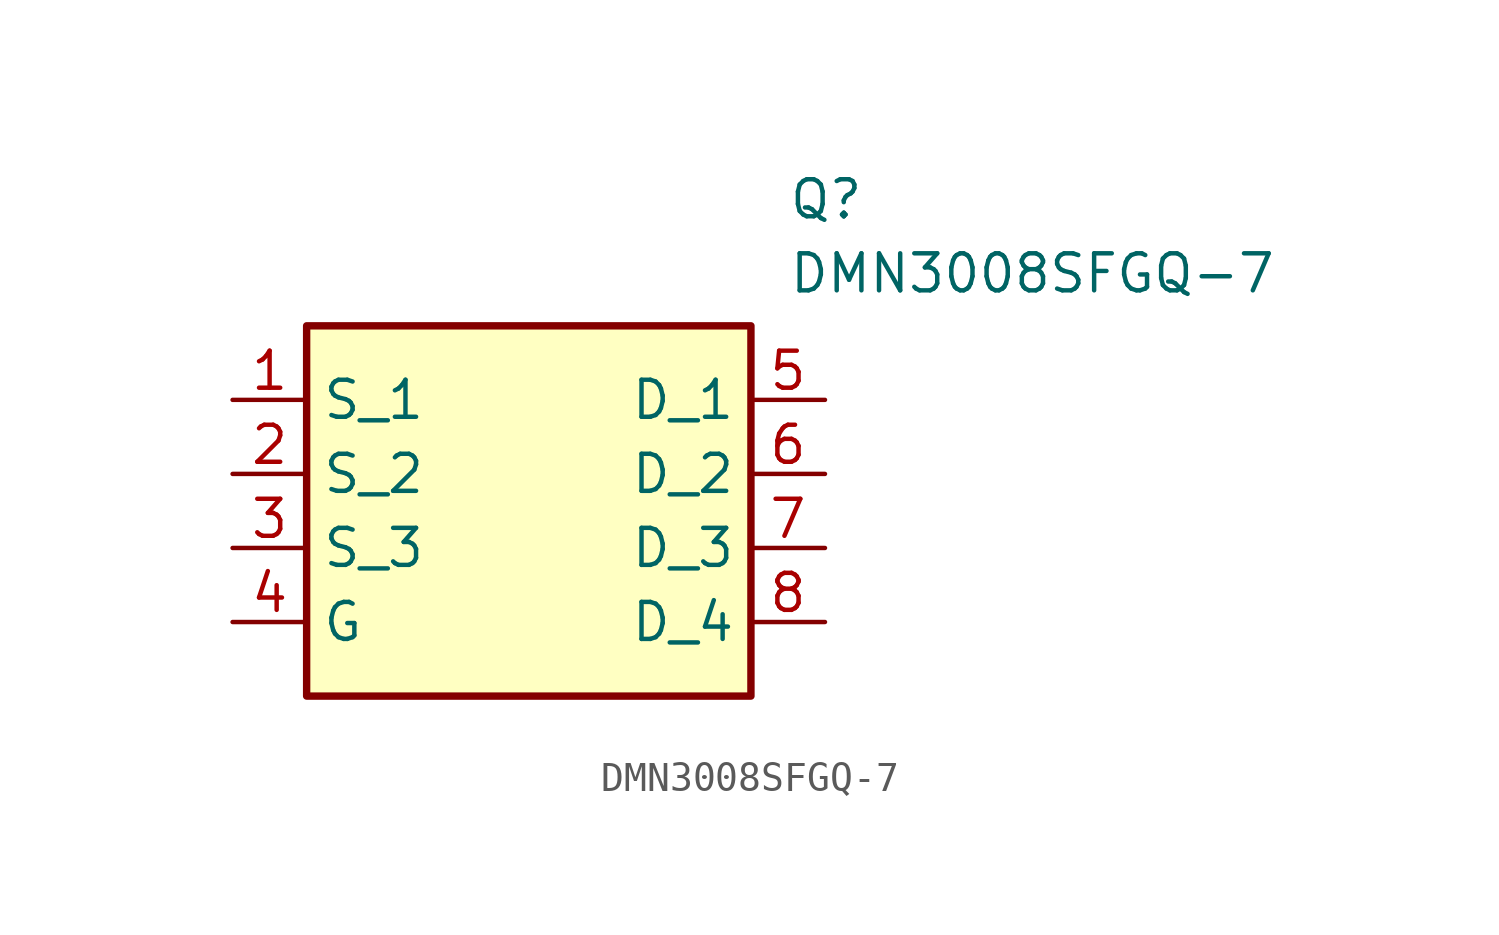
<source format=kicad_sym>
(kicad_symbol_lib
  (version 20220914)
  (generator kicad_symbol_editor)
  (symbol "DMN3008SFGQ-7"
    (property "Reference" "Q"
      (at 16.51 17.78 0)
      (effects (font (size 1.27 1.27)) (justify left top)))
    (property "Value" "DMN3008SFGQ-7"
      (at 16.51 15.24 0)
      (effects (font (size 1.27 1.27)) (justify left top)))
    (symbol "DMN3008SFGQ-7_1_1"
      (rectangle (start 0 12.7) (end 15.24 0) (stroke (width 0.254) (type default)) (fill (type background)))
      (pin passive line (at -2.54 10.16 0) (length 2.54) (name "S_1" (effects (font (size 1.27 1.27)))) (number "1" (effects (font (size 1.27 1.27)))))
      (pin passive line (at -2.54 7.62 0) (length 2.54) (name "S_2" (effects (font (size 1.27 1.27)))) (number "2" (effects (font (size 1.27 1.27)))))
      (pin passive line (at -2.54 5.08 0) (length 2.54) (name "S_3" (effects (font (size 1.27 1.27)))) (number "3" (effects (font (size 1.27 1.27)))))
      (pin passive line (at -2.54 2.54 0) (length 2.54) (name "G" (effects (font (size 1.27 1.27)))) (number "4" (effects (font (size 1.27 1.27)))))
      (pin passive line (at 17.78 10.16 180) (length 2.54) (name "D_1" (effects (font (size 1.27 1.27)))) (number "5" (effects (font (size 1.27 1.27)))))
      (pin passive line (at 17.78 7.62 180) (length 2.54) (name "D_2" (effects (font (size 1.27 1.27)))) (number "6" (effects (font (size 1.27 1.27)))))
      (pin passive line (at 17.78 5.08 180) (length 2.54) (name "D_3" (effects (font (size 1.27 1.27)))) (number "7" (effects (font (size 1.27 1.27)))))
      (pin passive line (at 17.78 2.54 180) (length 2.54) (name "D_4" (effects (font (size 1.27 1.27)))) (number "8" (effects (font (size 1.27 1.27))))))))
</source>
